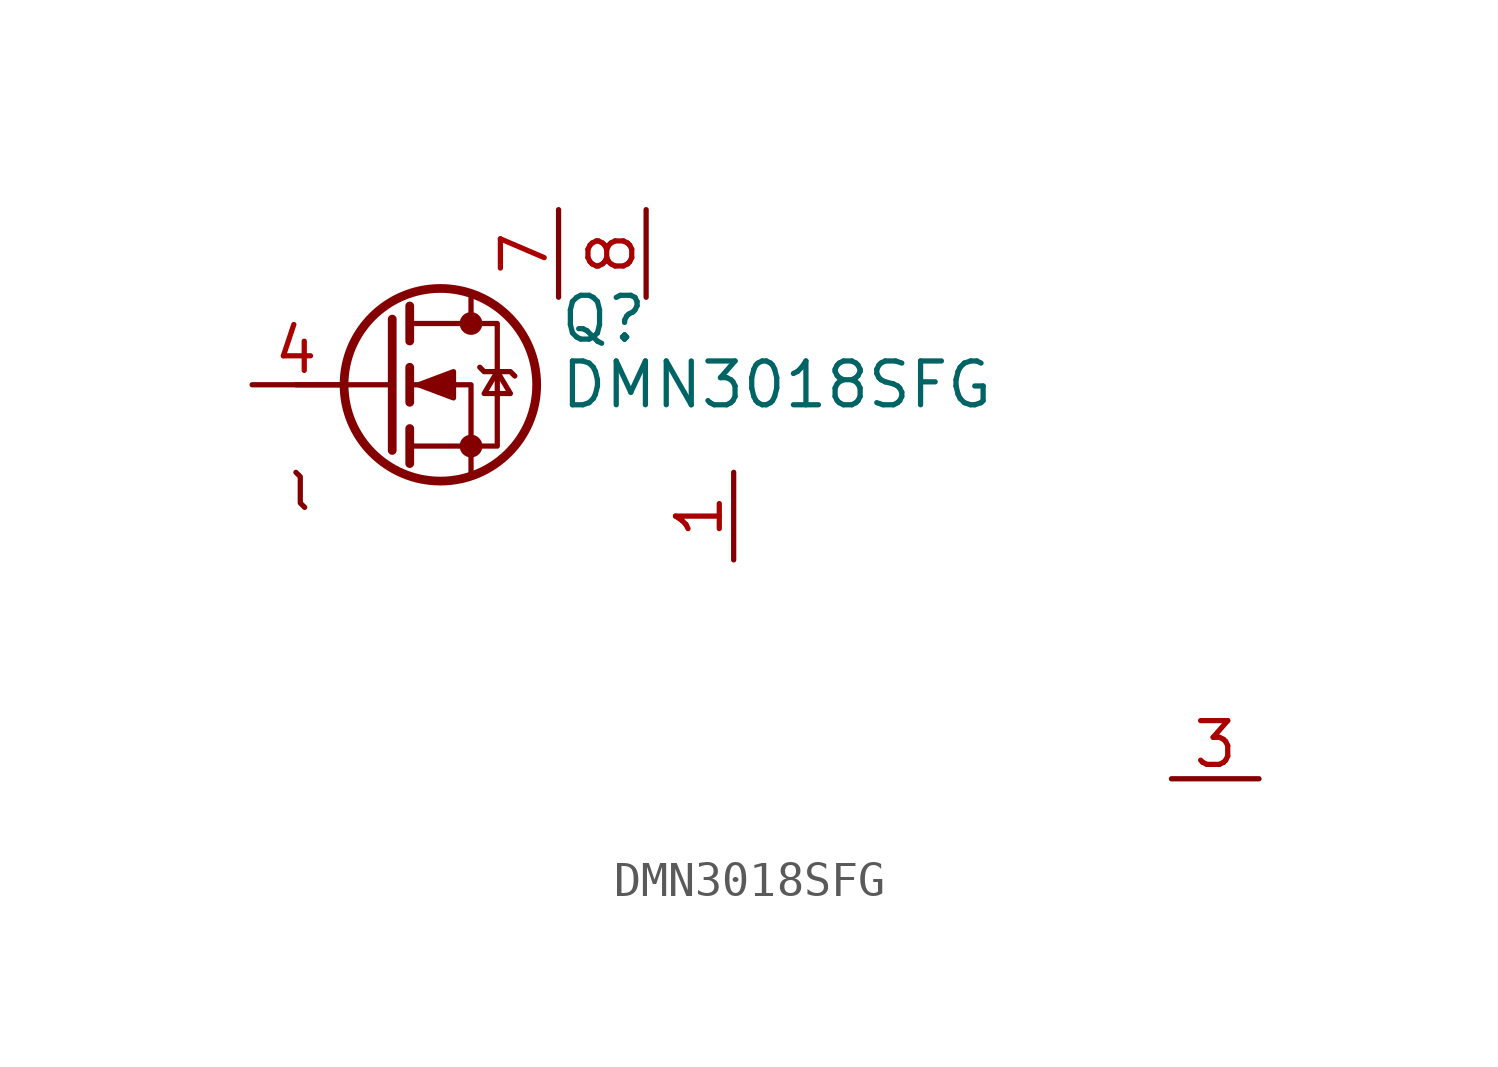
<source format=kicad_sym>
(kicad_symbol_lib
  (version 20220914)
  (generator kicad_symbol_editor)
  (symbol "DMN3018SFG"
    (pin_names hide)
    (property "Reference" "Q"
      (at 5.08 1.905 0)
      (effects (font (size 1.27 1.27)) (justify left)))
    (property "Value" "DMN3018SFG"
      (at 5.08 0 0)
      (effects (font (size 1.27 1.27)) (justify left)))
    (symbol "DMN3018SFG_0_1"
      (polyline (pts (xy 0.254 0) (xy -2.54 0)) (stroke (width 0) (type default)) (fill (type none)))
      (polyline (pts (xy 0.254 1.905) (xy 0.254 -1.905)) (stroke (width 0.254) (type default)) (fill (type none)))
      (polyline (pts (xy 0.762 -1.27) (xy 0.762 -2.286)) (stroke (width 0.254) (type default)) (fill (type none)))
      (polyline (pts (xy 0.762 0.508) (xy 0.762 -0.508)) (stroke (width 0.254) (type default)) (fill (type none)))
      (polyline (pts (xy 0.762 2.286) (xy 0.762 1.27)) (stroke (width 0.254) (type default)) (fill (type none)))
      (polyline (pts (xy 2.54 2.54) (xy 2.54 1.778)) (stroke (width 0) (type default)) (fill (type none)))
      (polyline (pts (xy 2.54 -2.54) (xy 2.54 0) (xy 0.762 0)) (stroke (width 0) (type default)) (fill (type none)))
      (polyline (pts (xy -2.54 -2.54) (xy -2.413 -2.667) (xy -2.413 -3.429) (xy -2.286 -3.556)) (stroke (width 0) (type default)) (fill (type none)))
      (polyline (pts (xy 0.762 -1.778) (xy 3.302 -1.778) (xy 3.302 1.778) (xy 0.762 1.778)) (stroke (width 0) (type default)) (fill (type none)))
      (polyline (pts (xy 1.016 0) (xy 2.032 0.381) (xy 2.032 -0.381) (xy 1.016 0)) (stroke (width 0) (type default)) (fill (type outline)))
      (polyline (pts (xy 2.794 0.508) (xy 2.921 0.381) (xy 3.683 0.381) (xy 3.81 0.254)) (stroke (width 0) (type default)) (fill (type none)))
      (polyline (pts (xy 3.302 0.381) (xy 2.921 -0.254) (xy 3.683 -0.254) (xy 3.302 0.381)) (stroke (width 0) (type default)) (fill (type none)))
      (circle (center 1.651 0) (radius 2.794) (stroke (width 0.254) (type default)) (fill (type none)))
      (circle (center 2.54 -1.778) (radius 0.254) (stroke (width 0) (type default)) (fill (type outline)))
      (circle (center 2.54 1.778) (radius 0.254) (stroke (width 0) (type default)) (fill (type outline))))
    (symbol "DMN3018SFG_1_0"
      (pin passive line (at 5.08 5.08 270) (length 2.54) (name "D" (effects (font (size 1.27 1.27)))) (number "7" (effects (font (size 1.27 1.27)))))
      (pin passive line (at 7.62 5.08 270) (length 2.54) (name "D" (effects (font (size 1.27 1.27)))) (number "8" (effects (font (size 1.27 1.27))))))
    (symbol "DMN3018SFG_1_1"
      (pin passive line (at 10.16 -5.08 90) (length 2.54) (name "S" (effects (font (size 1.27 1.27)))) (number "1" (effects (font (size 1.27 1.27)))))
      (pin passive line (at 2.54 5.08 270) (length 2.54) hide (name "S" (effects (font (size 1.27 1.27)))) (number "2" (effects (font (size 1.27 1.27)))))
      (pin passive line (at 22.86 -11.43 0) (length 2.54) (name "S" (effects (font (size 1.27 1.27)))) (number "3" (effects (font (size 1.27 1.27)))))
      (pin input line (at -3.81 0 0) (length 2.54) (name "G" (effects (font (size 1.27 1.27)))) (number "4" (effects (font (size 1.27 1.27)))))
      (pin passive line (at 2.54 5.08 270) (length 2.54) hide (name "D" (effects (font (size 1.27 1.27)))) (number "5" (effects (font (size 1.27 1.27)))))
      (pin passive line (at 2.54 5.08 270) (length 2.54) hide (name "D" (effects (font (size 1.27 1.27)))) (number "6" (effects (font (size 1.27 1.27))))))))
</source>
